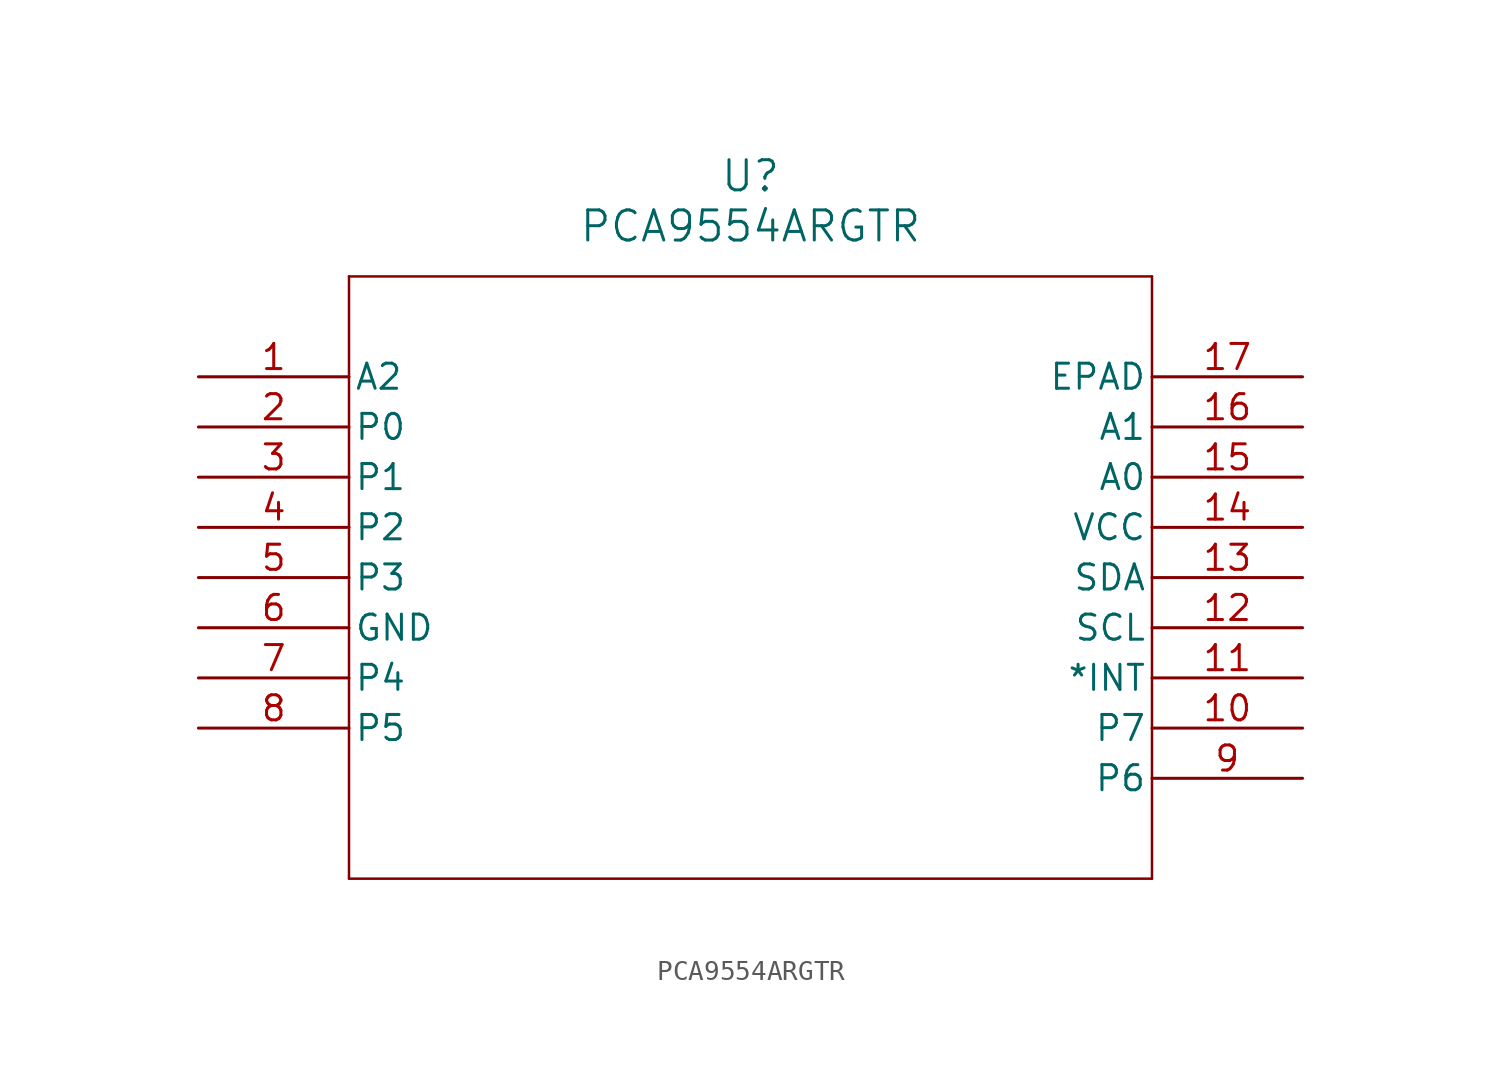
<source format=kicad_sym>
(kicad_symbol_lib
  (version 20211014)
  (generator kicad_symbol_editor)
  (symbol "PCA9554ARGTR"
    (pin_names
      (offset 0.254))
    (property "Reference" "U"
      (at 27.94 10.16 0)
      (effects (font (size 1.524 1.524))))
    (property "Value" "PCA9554ARGTR"
      (at 27.94 7.62 0)
      (effects (font (size 1.524 1.524))))
    (symbol "PCA9554ARGTR_0_1"
      (polyline (pts (xy 7.62 5.08) (xy 7.62 -25.4)) (stroke (width 0.127) (type default) (color 0 0 0 0)) (fill (type none)))
      (polyline (pts (xy 7.62 -25.4) (xy 48.26 -25.4)) (stroke (width 0.127) (type default) (color 0 0 0 0)) (fill (type none)))
      (polyline (pts (xy 48.26 -25.4) (xy 48.26 5.08)) (stroke (width 0.127) (type default) (color 0 0 0 0)) (fill (type none)))
      (polyline (pts (xy 48.26 5.08) (xy 7.62 5.08)) (stroke (width 0.127) (type default) (color 0 0 0 0)) (fill (type none)))
      (pin input line (at 0 0 0) (length 7.62) (name "A2" (effects (font (size 1.27 1.27)))) (number "1" (effects (font (size 1.27 1.27)))))
      (pin bidirectional line (at 0 -2.54 0) (length 7.62) (name "P0" (effects (font (size 1.27 1.27)))) (number "2" (effects (font (size 1.27 1.27)))))
      (pin bidirectional line (at 0 -5.08 0) (length 7.62) (name "P1" (effects (font (size 1.27 1.27)))) (number "3" (effects (font (size 1.27 1.27)))))
      (pin bidirectional line (at 0 -7.62 0) (length 7.62) (name "P2" (effects (font (size 1.27 1.27)))) (number "4" (effects (font (size 1.27 1.27)))))
      (pin bidirectional line (at 0 -10.16 0) (length 7.62) (name "P3" (effects (font (size 1.27 1.27)))) (number "5" (effects (font (size 1.27 1.27)))))
      (pin power_in line (at 0 -12.7 0) (length 7.62) (name "GND" (effects (font (size 1.27 1.27)))) (number "6" (effects (font (size 1.27 1.27)))))
      (pin bidirectional line (at 0 -15.24 0) (length 7.62) (name "P4" (effects (font (size 1.27 1.27)))) (number "7" (effects (font (size 1.27 1.27)))))
      (pin bidirectional line (at 0 -17.78 0) (length 7.62) (name "P5" (effects (font (size 1.27 1.27)))) (number "8" (effects (font (size 1.27 1.27)))))
      (pin bidirectional line (at 55.88 -20.32 180) (length 7.62) (name "P6" (effects (font (size 1.27 1.27)))) (number "9" (effects (font (size 1.27 1.27)))))
      (pin bidirectional line (at 55.88 -17.78 180) (length 7.62) (name "P7" (effects (font (size 1.27 1.27)))) (number "10" (effects (font (size 1.27 1.27)))))
      (pin output line (at 55.88 -15.24 180) (length 7.62) (name "*INT" (effects (font (size 1.27 1.27)))) (number "11" (effects (font (size 1.27 1.27)))))
      (pin unspecified line (at 55.88 -12.7 180) (length 7.62) (name "SCL" (effects (font (size 1.27 1.27)))) (number "12" (effects (font (size 1.27 1.27)))))
      (pin unspecified line (at 55.88 -10.16 180) (length 7.62) (name "SDA" (effects (font (size 1.27 1.27)))) (number "13" (effects (font (size 1.27 1.27)))))
      (pin power_in line (at 55.88 -7.62 180) (length 7.62) (name "VCC" (effects (font (size 1.27 1.27)))) (number "14" (effects (font (size 1.27 1.27)))))
      (pin input line (at 55.88 -5.08 180) (length 7.62) (name "A0" (effects (font (size 1.27 1.27)))) (number "15" (effects (font (size 1.27 1.27)))))
      (pin input line (at 55.88 -2.54 180) (length 7.62) (name "A1" (effects (font (size 1.27 1.27)))) (number "16" (effects (font (size 1.27 1.27)))))
      (pin unspecified line (at 55.88 0 180) (length 7.62) (name "EPAD" (effects (font (size 1.27 1.27)))) (number "17" (effects (font (size 1.27 1.27))))))))
</source>
